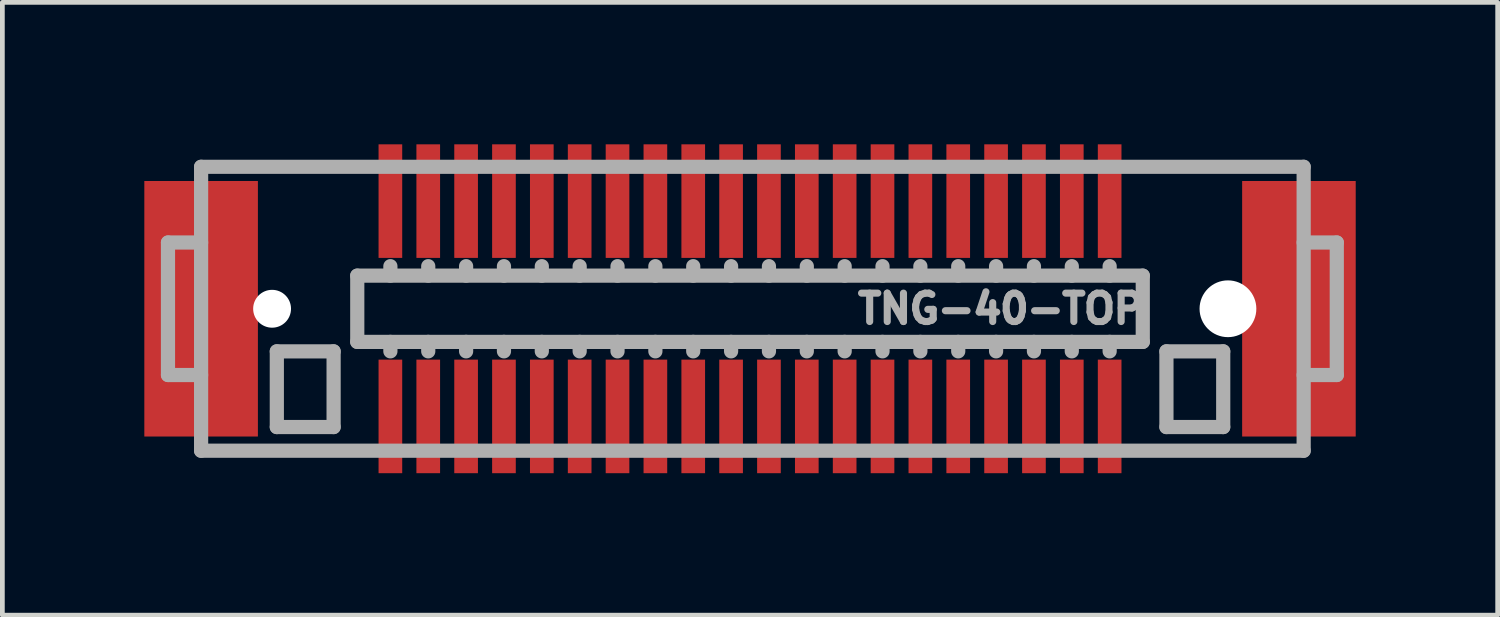
<source format=kicad_pcb>
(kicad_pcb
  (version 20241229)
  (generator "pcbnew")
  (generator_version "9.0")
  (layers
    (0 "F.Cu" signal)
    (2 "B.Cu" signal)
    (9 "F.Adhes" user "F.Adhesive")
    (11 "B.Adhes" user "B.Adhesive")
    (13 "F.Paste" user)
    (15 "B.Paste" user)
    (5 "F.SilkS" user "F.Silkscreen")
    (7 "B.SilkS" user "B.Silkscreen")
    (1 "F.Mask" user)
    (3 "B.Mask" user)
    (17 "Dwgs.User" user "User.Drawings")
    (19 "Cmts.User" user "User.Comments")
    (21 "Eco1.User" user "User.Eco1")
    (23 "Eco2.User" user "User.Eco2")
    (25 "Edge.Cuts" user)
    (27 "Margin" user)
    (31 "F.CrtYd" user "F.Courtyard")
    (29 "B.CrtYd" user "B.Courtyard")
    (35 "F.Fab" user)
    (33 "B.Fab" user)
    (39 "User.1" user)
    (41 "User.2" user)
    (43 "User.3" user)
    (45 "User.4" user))
  (footprint "TNG-40-TOP"
    (layer "F.Cu")
    (at 12.8 3.475)
    (property "Reference" "TNG-40-TOP" (at 5.3 0 0) (layer "F.Fab") (effects (font (size 0.6 0.6) (thickness 0.15))))
    (attr smd)
    (fp_line (start -12.3 -1.4) (end -12.3 1.4) (stroke (width 0.3) (type solid)) (layer "F.Fab"))
    (fp_line (start -12.3 1.4) (end -11.6 1.4) (stroke (width 0.3) (type solid)) (layer "F.Fab"))
    (fp_line (start -11.6 -3) (end 11.7 -3) (stroke (width 0.3) (type solid)) (layer "F.Fab"))
    (fp_line (start -11.6 -1.4) (end -12.3 -1.4) (stroke (width 0.3) (type solid)) (layer "F.Fab"))
    (fp_line (start -11.6 3) (end -11.6 -3) (stroke (width 0.3) (type solid)) (layer "F.Fab"))
    (fp_line (start -10 0.9) (end -8.8 0.9) (stroke (width 0.3) (type solid)) (layer "F.Fab"))
    (fp_line (start -10 2.5) (end -10 0.9) (stroke (width 0.3) (type solid)) (layer "F.Fab"))
    (fp_line (start -10 2.5) (end -8.8 2.5) (stroke (width 0.3) (type solid)) (layer "F.Fab"))
    (fp_line (start -8.8 0.9) (end -8.8 2.5) (stroke (width 0.3) (type solid)) (layer "F.Fab"))
    (fp_line (start -8.3 -0.7) (end 8.3 -0.7) (stroke (width 0.3) (type solid)) (layer "F.Fab"))
    (fp_line (start -8.3 0.7) (end -8.3 -0.7) (stroke (width 0.3) (type solid)) (layer "F.Fab"))
    (fp_line (start -7.6 -0.7) (end -7.6 -0.9) (stroke (width 0.3) (type solid)) (layer "F.Fab"))
    (fp_line (start -7.6 0.7) (end -7.6 0.9) (stroke (width 0.3) (type solid)) (layer "F.Fab"))
    (fp_line (start -6.8 -0.7) (end -6.8 -0.9) (stroke (width 0.3) (type solid)) (layer "F.Fab"))
    (fp_line (start -6.8 0.7) (end -6.8 0.9) (stroke (width 0.3) (type solid)) (layer "F.Fab"))
    (fp_line (start -6 -0.7) (end -6 -0.9) (stroke (width 0.3) (type solid)) (layer "F.Fab"))
    (fp_line (start -6 0.7) (end -6 0.9) (stroke (width 0.3) (type solid)) (layer "F.Fab"))
    (fp_line (start -5.2 -0.7) (end -5.2 -0.9) (stroke (width 0.3) (type solid)) (layer "F.Fab"))
    (fp_line (start -5.2 0.7) (end -5.2 0.9) (stroke (width 0.3) (type solid)) (layer "F.Fab"))
    (fp_line (start -4.4 -0.7) (end -4.4 -0.9) (stroke (width 0.3) (type solid)) (layer "F.Fab"))
    (fp_line (start -4.4 0.7) (end -4.4 0.9) (stroke (width 0.3) (type solid)) (layer "F.Fab"))
    (fp_line (start -3.6 -0.7) (end -3.6 -0.9) (stroke (width 0.3) (type solid)) (layer "F.Fab"))
    (fp_line (start -3.6 0.7) (end -3.6 0.9) (stroke (width 0.3) (type solid)) (layer "F.Fab"))
    (fp_line (start -2.8 -0.7) (end -2.8 -0.9) (stroke (width 0.3) (type solid)) (layer "F.Fab"))
    (fp_line (start -2.8 0.7) (end -2.8 0.9) (stroke (width 0.3) (type solid)) (layer "F.Fab"))
    (fp_line (start -2 -0.7) (end -2 -0.9) (stroke (width 0.3) (type solid)) (layer "F.Fab"))
    (fp_line (start -2 0.7) (end -2 0.9) (stroke (width 0.3) (type solid)) (layer "F.Fab"))
    (fp_line (start -1.2 -0.7) (end -1.2 -0.9) (stroke (width 0.3) (type solid)) (layer "F.Fab"))
    (fp_line (start -1.2 0.7) (end -1.2 0.9) (stroke (width 0.3) (type solid)) (layer "F.Fab"))
    (fp_line (start -0.4 -0.7) (end -0.4 -0.9) (stroke (width 0.3) (type solid)) (layer "F.Fab"))
    (fp_line (start -0.4 0.7) (end -0.4 0.9) (stroke (width 0.3) (type solid)) (layer "F.Fab"))
    (fp_line (start 0.4 -0.7) (end 0.4 -0.9) (stroke (width 0.3) (type solid)) (layer "F.Fab"))
    (fp_line (start 0.4 0.7) (end 0.4 0.9) (stroke (width 0.3) (type solid)) (layer "F.Fab"))
    (fp_line (start 1.2 -0.7) (end 1.2 -0.9) (stroke (width 0.3) (type solid)) (layer "F.Fab"))
    (fp_line (start 1.2 0.7) (end 1.2 0.9) (stroke (width 0.3) (type solid)) (layer "F.Fab"))
    (fp_line (start 2 -0.7) (end 2 -0.9) (stroke (width 0.3) (type solid)) (layer "F.Fab"))
    (fp_line (start 2 0.7) (end 2 0.9) (stroke (width 0.3) (type solid)) (layer "F.Fab"))
    (fp_line (start 2.8 -0.7) (end 2.8 -0.9) (stroke (width 0.3) (type solid)) (layer "F.Fab"))
    (fp_line (start 2.8 0.7) (end 2.8 0.9) (stroke (width 0.3) (type solid)) (layer "F.Fab"))
    (fp_line (start 3.6 -0.7) (end 3.6 -0.9) (stroke (width 0.3) (type solid)) (layer "F.Fab"))
    (fp_line (start 3.6 0.7) (end 3.6 0.9) (stroke (width 0.3) (type solid)) (layer "F.Fab"))
    (fp_line (start 4.4 -0.7) (end 4.4 -0.9) (stroke (width 0.3) (type solid)) (layer "F.Fab"))
    (fp_line (start 4.4 0.7) (end 4.4 0.9) (stroke (width 0.3) (type solid)) (layer "F.Fab"))
    (fp_line (start 5.2 -0.7) (end 5.2 -0.9) (stroke (width 0.3) (type solid)) (layer "F.Fab"))
    (fp_line (start 5.2 0.7) (end 5.2 0.9) (stroke (width 0.3) (type solid)) (layer "F.Fab"))
    (fp_line (start 6 -0.7) (end 6 -0.9) (stroke (width 0.3) (type solid)) (layer "F.Fab"))
    (fp_line (start 6 0.7) (end 6 0.9) (stroke (width 0.3) (type solid)) (layer "F.Fab"))
    (fp_line (start 6.8 -0.7) (end 6.8 -0.9) (stroke (width 0.3) (type solid)) (layer "F.Fab"))
    (fp_line (start 6.8 0.7) (end 6.8 0.9) (stroke (width 0.3) (type solid)) (layer "F.Fab"))
    (fp_line (start 7.6 -0.7) (end 7.6 -0.9) (stroke (width 0.3) (type solid)) (layer "F.Fab"))
    (fp_line (start 7.6 0.7) (end 7.6 0.9) (stroke (width 0.3) (type solid)) (layer "F.Fab"))
    (fp_line (start 8.3 -0.7) (end 8.3 0.7) (stroke (width 0.3) (type solid)) (layer "F.Fab"))
    (fp_line (start 8.3 0.7) (end -8.3 0.7) (stroke (width 0.3) (type solid)) (layer "F.Fab"))
    (fp_line (start 8.8 0.9) (end 8.8 2.5) (stroke (width 0.3) (type solid)) (layer "F.Fab"))
    (fp_line (start 8.8 2.5) (end 10 2.5) (stroke (width 0.3) (type solid)) (layer "F.Fab"))
    (fp_line (start 10 0.9) (end 8.8 0.9) (stroke (width 0.3) (type solid)) (layer "F.Fab"))
    (fp_line (start 10 2.5) (end 10 0.9) (stroke (width 0.3) (type solid)) (layer "F.Fab"))
    (fp_line (start 11.7 -3) (end 11.7 3) (stroke (width 0.3) (type solid)) (layer "F.Fab"))
    (fp_line (start 11.7 1.4) (end 12.4 1.4) (stroke (width 0.3) (type solid)) (layer "F.Fab"))
    (fp_line (start 11.7 3) (end -11.6 3) (stroke (width 0.3) (type solid)) (layer "F.Fab"))
    (fp_line (start 12.4 -1.4) (end 11.7 -1.4) (stroke (width 0.3) (type solid)) (layer "F.Fab"))
    (fp_line (start 12.4 1.4) (end 12.4 -1.4) (stroke (width 0.3) (type solid)) (layer "F.Fab"))
    (pad "" np_thru_hole circle (at -10.1 0) (size 0.8 0.8) (drill 0.8) (layers "*.Cu" "*.Mask"))
    (pad "" np_thru_hole circle (at 10.1 0) (size 1.2 1.2) (drill 1.2) (layers "*.Cu" "*.Mask"))
    (pad "1" smd rect (at -7.6 2.275) (size 0.5 2.4) (layers "F.Cu" "F.Mask" "F.Paste"))
    (pad "2" smd rect (at -7.6 -2.275) (size 0.5 2.4) (layers "F.Cu" "F.Mask" "F.Paste"))
    (pad "3" smd rect (at -6.8 2.275) (size 0.5 2.4) (layers "F.Cu" "F.Mask" "F.Paste"))
    (pad "4" smd rect (at -6.8 -2.275) (size 0.5 2.4) (layers "F.Cu" "F.Mask" "F.Paste"))
    (pad "5" smd rect (at -6 2.275) (size 0.5 2.4) (layers "F.Cu" "F.Mask" "F.Paste"))
    (pad "6" smd rect (at -6 -2.275) (size 0.5 2.4) (layers "F.Cu" "F.Mask" "F.Paste"))
    (pad "7" smd rect (at -5.2 2.275) (size 0.5 2.4) (layers "F.Cu" "F.Mask" "F.Paste"))
    (pad "8" smd rect (at -5.2 -2.275) (size 0.5 2.4) (layers "F.Cu" "F.Mask" "F.Paste"))
    (pad "9" smd rect (at -4.4 2.275) (size 0.5 2.4) (layers "F.Cu" "F.Mask" "F.Paste"))
    (pad "10" smd rect (at -4.4 -2.275) (size 0.5 2.4) (layers "F.Cu" "F.Mask" "F.Paste"))
    (pad "11" smd rect (at -3.6 2.275) (size 0.5 2.4) (layers "F.Cu" "F.Mask" "F.Paste"))
    (pad "12" smd rect (at -3.6 -2.275) (size 0.5 2.4) (layers "F.Cu" "F.Mask" "F.Paste"))
    (pad "13" smd rect (at -2.8 2.275) (size 0.5 2.4) (layers "F.Cu" "F.Mask" "F.Paste"))
    (pad "14" smd rect (at -2.8 -2.275) (size 0.5 2.4) (layers "F.Cu" "F.Mask" "F.Paste"))
    (pad "15" smd rect (at -2 2.275) (size 0.5 2.4) (layers "F.Cu" "F.Mask" "F.Paste"))
    (pad "16" smd rect (at -2 -2.275) (size 0.5 2.4) (layers "F.Cu" "F.Mask" "F.Paste"))
    (pad "17" smd rect (at -1.2 2.275) (size 0.5 2.4) (layers "F.Cu" "F.Mask" "F.Paste"))
    (pad "18" smd rect (at -1.2 -2.275) (size 0.5 2.4) (layers "F.Cu" "F.Mask" "F.Paste"))
    (pad "19" smd rect (at -0.4 2.275) (size 0.5 2.4) (layers "F.Cu" "F.Mask" "F.Paste"))
    (pad "20" smd rect (at -0.4 -2.275) (size 0.5 2.4) (layers "F.Cu" "F.Mask" "F.Paste"))
    (pad "21" smd rect (at 0.4 2.275) (size 0.5 2.4) (layers "F.Cu" "F.Mask" "F.Paste"))
    (pad "22" smd rect (at 0.4 -2.275) (size 0.5 2.4) (layers "F.Cu" "F.Mask" "F.Paste"))
    (pad "23" smd rect (at 1.2 2.275) (size 0.5 2.4) (layers "F.Cu" "F.Mask" "F.Paste"))
    (pad "24" smd rect (at 1.2 -2.275) (size 0.5 2.4) (layers "F.Cu" "F.Mask" "F.Paste"))
    (pad "25" smd rect (at 2 2.275) (size 0.5 2.4) (layers "F.Cu" "F.Mask" "F.Paste"))
    (pad "26" smd rect (at 2 -2.275) (size 0.5 2.4) (layers "F.Cu" "F.Mask" "F.Paste"))
    (pad "27" smd rect (at 2.8 2.275) (size 0.5 2.4) (layers "F.Cu" "F.Mask" "F.Paste"))
    (pad "28" smd rect (at 2.8 -2.275) (size 0.5 2.4) (layers "F.Cu" "F.Mask" "F.Paste"))
    (pad "29" smd rect (at 3.6 2.275) (size 0.5 2.4) (layers "F.Cu" "F.Mask" "F.Paste"))
    (pad "30" smd rect (at 3.6 -2.275) (size 0.5 2.4) (layers "F.Cu" "F.Mask" "F.Paste"))
    (pad "31" smd rect (at 4.4 2.275) (size 0.5 2.4) (layers "F.Cu" "F.Mask" "F.Paste"))
    (pad "32" smd rect (at 4.4 -2.275) (size 0.5 2.4) (layers "F.Cu" "F.Mask" "F.Paste"))
    (pad "33" smd rect (at 5.2 2.275) (size 0.5 2.4) (layers "F.Cu" "F.Mask" "F.Paste"))
    (pad "34" smd rect (at 5.2 -2.275) (size 0.5 2.4) (layers "F.Cu" "F.Mask" "F.Paste"))
    (pad "35" smd rect (at 6 2.275) (size 0.5 2.4) (layers "F.Cu" "F.Mask" "F.Paste"))
    (pad "36" smd rect (at 6 -2.275) (size 0.5 2.4) (layers "F.Cu" "F.Mask" "F.Paste"))
    (pad "37" smd rect (at 6.8 2.275) (size 0.5 2.4) (layers "F.Cu" "F.Mask" "F.Paste"))
    (pad "38" smd rect (at 6.8 -2.275) (size 0.5 2.4) (layers "F.Cu" "F.Mask" "F.Paste"))
    (pad "39" smd rect (at 7.6 2.275) (size 0.5 2.4) (layers "F.Cu" "F.Mask" "F.Paste"))
    (pad "40" smd rect (at 7.6 -2.275) (size 0.5 2.4) (layers "F.Cu" "F.Mask" "F.Paste"))
    (pad "MNT" smd rect (at -11.6 0) (size 2.4 5.4) (layers "F.Cu" "F.Mask" "F.Paste"))
    (pad "MNT" smd rect (at 11.6 0) (size 2.4 5.4) (layers "F.Cu" "F.Mask" "F.Paste")))
  (gr_rect
    (start -3 -3)
    (end 28.6 9.95)
    (stroke (width 0.1) (type default))
    (fill no)
    (layer "Edge.Cuts")))
</source>
